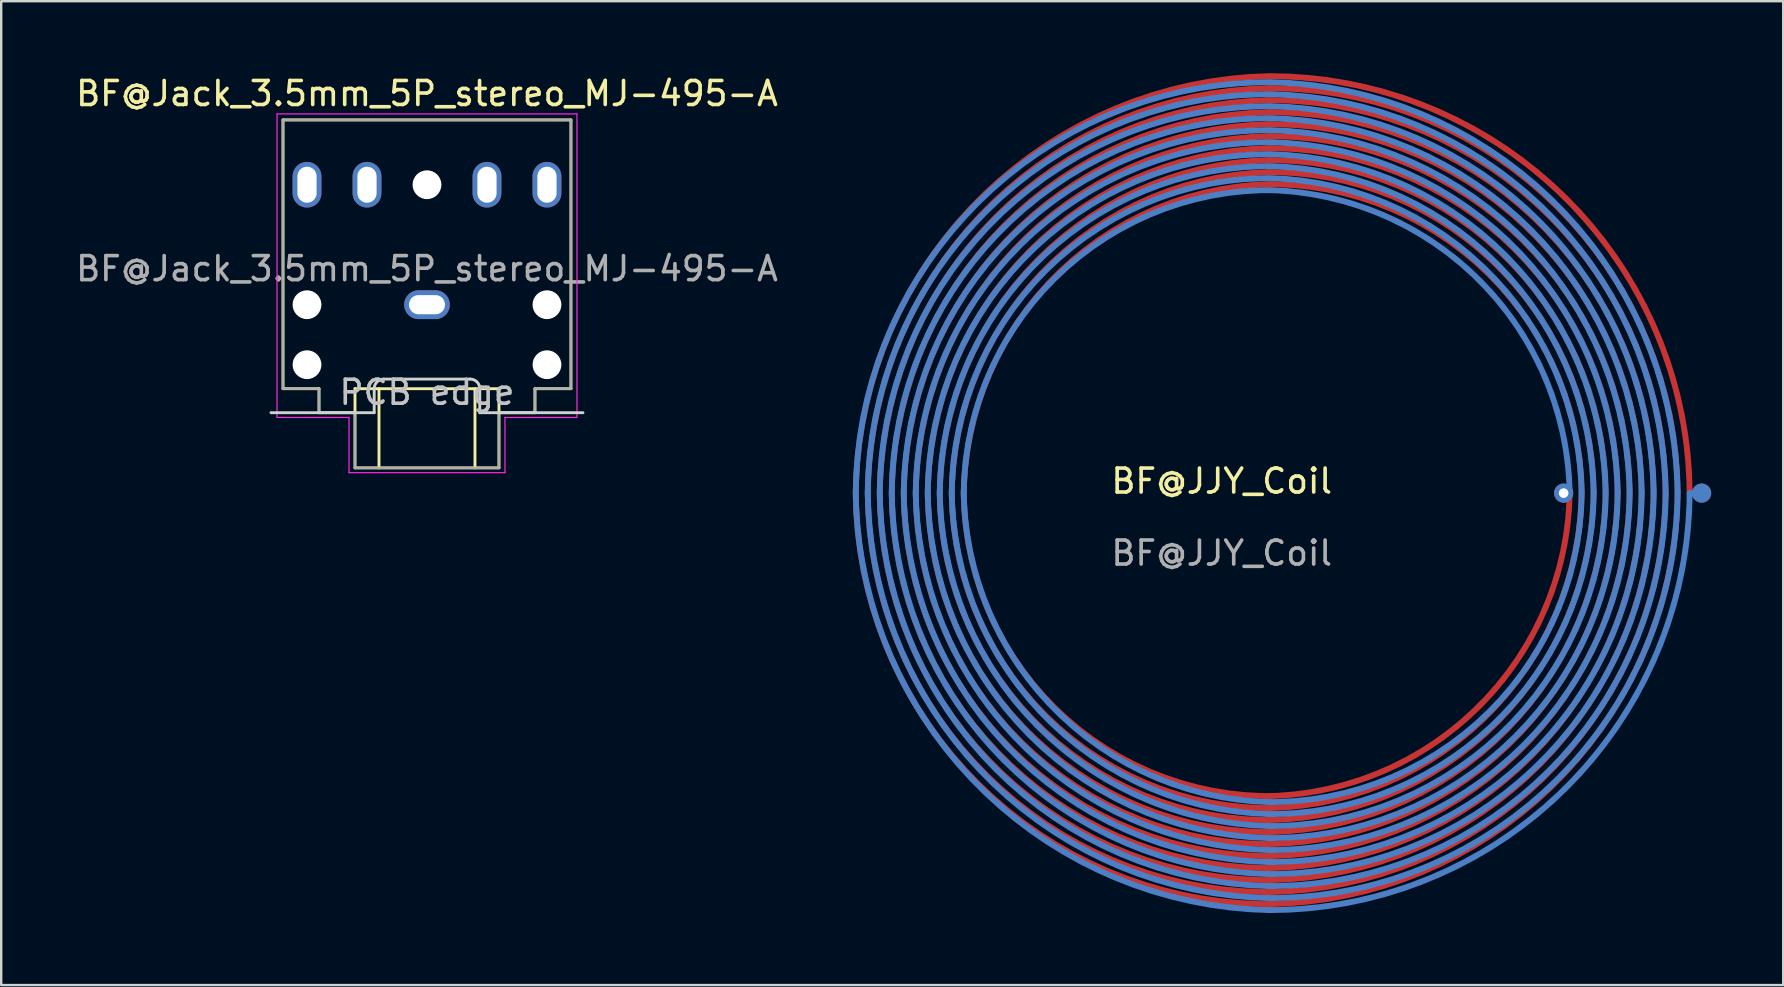
<source format=kicad_pcb>
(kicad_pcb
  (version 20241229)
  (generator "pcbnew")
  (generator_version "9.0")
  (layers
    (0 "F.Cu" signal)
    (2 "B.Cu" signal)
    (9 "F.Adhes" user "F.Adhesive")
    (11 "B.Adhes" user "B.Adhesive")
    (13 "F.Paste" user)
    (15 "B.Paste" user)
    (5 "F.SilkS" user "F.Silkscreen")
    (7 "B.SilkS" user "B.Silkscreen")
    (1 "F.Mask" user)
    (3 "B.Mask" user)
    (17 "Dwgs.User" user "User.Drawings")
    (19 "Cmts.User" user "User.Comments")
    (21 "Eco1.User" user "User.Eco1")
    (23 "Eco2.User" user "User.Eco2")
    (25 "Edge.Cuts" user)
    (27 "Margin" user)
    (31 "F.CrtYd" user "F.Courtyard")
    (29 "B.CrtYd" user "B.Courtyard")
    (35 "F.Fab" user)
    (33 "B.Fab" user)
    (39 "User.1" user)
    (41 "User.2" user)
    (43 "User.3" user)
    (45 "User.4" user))
  (footprint "BF@Jack_3.5mm_5P_stereo_MJ-495-A"
    (layer "F.Cu")
    (at 14.744 9.648)
    (property "Reference" "BF@Jack_3.5mm_5P_stereo_MJ-495-A" (at 0 -8.8 0) (layer "F.SilkS") (effects (font (size 1 1) (thickness 0.15))))
    (attr through_hole exclude_from_pos_files)
    (fp_line (start -6 -7.7) (end 6 -7.7) (stroke (width 0.12) (type solid)) (layer "F.SilkS"))
    (fp_line (start -6 3.5) (end -6 -7.7) (stroke (width 0.12) (type solid)) (layer "F.SilkS"))
    (fp_line (start -4.5 3.5) (end -6 3.5) (stroke (width 0.12) (type solid)) (layer "F.SilkS"))
    (fp_line (start -4.5 4.5) (end -4.5 3.5) (stroke (width 0.12) (type solid)) (layer "F.SilkS"))
    (fp_line (start -3 4.5) (end -4.5 4.5) (stroke (width 0.12) (type solid)) (layer "F.SilkS"))
    (fp_line (start -3 6.8) (end -3 3.5) (stroke (width 0.12) (type solid)) (layer "F.SilkS"))
    (fp_line (start -2 3.5) (end -2 6.8) (stroke (width 0.12) (type solid)) (layer "F.SilkS"))
    (fp_line (start 2 6.8) (end 2 3.5) (stroke (width 0.12) (type solid)) (layer "F.SilkS"))
    (fp_line (start 3 3.5) (end -3 3.5) (stroke (width 0.12) (type solid)) (layer "F.SilkS"))
    (fp_line (start 3 3.5) (end 3 6.8) (stroke (width 0.12) (type solid)) (layer "F.SilkS"))
    (fp_line (start 3 6.8) (end -3 6.8) (stroke (width 0.12) (type solid)) (layer "F.SilkS"))
    (fp_line (start 4.5 3.5) (end 4.5 4.5) (stroke (width 0.12) (type solid)) (layer "F.SilkS"))
    (fp_line (start 4.5 4.5) (end 3 4.5) (stroke (width 0.12) (type solid)) (layer "F.SilkS"))
    (fp_line (start 6 -7.7) (end 6 3.5) (stroke (width 0.12) (type solid)) (layer "F.SilkS"))
    (fp_line (start 6 3.5) (end 4.5 3.5) (stroke (width 0.12) (type solid)) (layer "F.SilkS"))
    (fp_line (start -2.2 3.5) (end -2.2 4.5) (stroke (width 0.12) (type solid)) (layer "Edge.Cuts"))
    (fp_line (start -2.2 4.5) (end -6.5 4.5) (stroke (width 0.12) (type solid)) (layer "Edge.Cuts"))
    (fp_line (start 1.8 3.1) (end -1.8 3.1) (stroke (width 0.12) (type solid)) (layer "Edge.Cuts"))
    (fp_line (start 2.2 3.5) (end 2.2 4.5) (stroke (width 0.12) (type solid)) (layer "Edge.Cuts"))
    (fp_line (start 2.2 4.5) (end 6.5 4.5) (stroke (width 0.12) (type solid)) (layer "Edge.Cuts"))
    (fp_arc (start -2.2 3.5) (mid -2.082842 3.217158) (end -1.8 3.1) (stroke (width 0.12) (type solid)) (layer "Edge.Cuts"))
    (fp_arc (start 1.8 3.1) (mid 2.082843 3.217157) (end 2.2 3.5) (stroke (width 0.12) (type solid)) (layer "Edge.Cuts"))
    (fp_line (start -6.25 -7.95) (end -6.25 4.7) (stroke (width 0.05) (type solid)) (layer "F.CrtYd"))
    (fp_line (start -6.25 4.7) (end -3.25 4.7) (stroke (width 0.05) (type solid)) (layer "F.CrtYd"))
    (fp_line (start -3.25 4.7) (end -3.25 7) (stroke (width 0.05) (type solid)) (layer "F.CrtYd"))
    (fp_line (start -3.25 7) (end 3.25 7) (stroke (width 0.05) (type solid)) (layer "F.CrtYd"))
    (fp_line (start 3.25 4.7) (end 6.25 4.7) (stroke (width 0.05) (type solid)) (layer "F.CrtYd"))
    (fp_line (start 3.25 7) (end 3.25 4.7) (stroke (width 0.05) (type solid)) (layer "F.CrtYd"))
    (fp_line (start 6.25 -7.95) (end -6.25 -7.95) (stroke (width 0.05) (type solid)) (layer "F.CrtYd"))
    (fp_line (start 6.25 4.7) (end 6.25 -7.95) (stroke (width 0.05) (type solid)) (layer "F.CrtYd"))
    (fp_line (start -6 -7.7) (end 6 -7.7) (stroke (width 0.1) (type solid)) (layer "F.Fab"))
    (fp_line (start -6 3.5) (end -6 -7.7) (stroke (width 0.1) (type solid)) (layer "F.Fab"))
    (fp_line (start -4.5 3.5) (end -6 3.5) (stroke (width 0.1) (type solid)) (layer "F.Fab"))
    (fp_line (start -4.5 4.5) (end -4.5 3.5) (stroke (width 0.1) (type solid)) (layer "F.Fab"))
    (fp_line (start -4.5 4.5) (end -3 4.5) (stroke (width 0.1) (type solid)) (layer "F.Fab"))
    (fp_line (start -3 4.5) (end -3 6.8) (stroke (width 0.1) (type solid)) (layer "F.Fab"))
    (fp_line (start -3 6.8) (end 3 6.8) (stroke (width 0.1) (type solid)) (layer "F.Fab"))
    (fp_line (start 3 4.5) (end 3 6.8) (stroke (width 0.1) (type solid)) (layer "F.Fab"))
    (fp_line (start 4.5 3.5) (end 6 3.5) (stroke (width 0.1) (type solid)) (layer "F.Fab"))
    (fp_line (start 4.5 4.5) (end 3 4.5) (stroke (width 0.1) (type solid)) (layer "F.Fab"))
    (fp_line (start 4.5 4.5) (end 4.5 3.5) (stroke (width 0.1) (type solid)) (layer "F.Fab"))
    (fp_line (start 6 3.5) (end 6 -7.7) (stroke (width 0.1) (type solid)) (layer "F.Fab"))
    (fp_text user "PCB edge" (at 0 3.65 0) (unlocked yes) (layer "Dwgs.User") (effects (font (size 1 1) (thickness 0.15))))
    (fp_text user "${REFERENCE}" (at 0 -1.5 0) (layer "F.Fab") (effects (font (size 1 1) (thickness 0.15))))
    (pad "" np_thru_hole circle (at -5 0) (size 1.2 1.2) (drill 1.2) (layers "*.Cu"))
    (pad "" np_thru_hole circle (at -5 2.5) (size 1.2 1.2) (drill 1.2) (layers "*.Cu"))
    (pad "" np_thru_hole circle (at 0 -5) (size 1.2 1.2) (drill 1.2) (layers "*.Cu"))
    (pad "" np_thru_hole circle (at 5 0) (size 1.2 1.2) (drill 1.2) (layers "*.Cu"))
    (pad "" np_thru_hole circle (at 5 2.5) (size 1.2 1.2) (drill 1.2) (layers "*.Cu"))
    (pad "G" thru_hole oval (at 0 0) (size 1.9 1.2) (drill oval 1.5 0.8) (layers "*.Cu" "*.Mask"))
    (pad "S" thru_hole oval (at -5 -5) (size 1.2 1.9) (drill oval 0.8 1.5) (layers "*.Cu" "*.Mask"))
    (pad "SN" thru_hole oval (at -2.5 -5) (size 1.2 1.9) (drill oval 0.8 1.5) (layers "*.Cu" "*.Mask"))
    (pad "T" thru_hole oval (at 5 -5 180) (size 1.2 1.9) (drill oval 0.8 1.5) (layers "*.Cu" "*.Mask"))
    (pad "TN" thru_hole oval (at 2.5 -5 180) (size 1.2 1.9) (drill oval 0.8 1.5) (layers "*.Cu" "*.Mask")))
  (footprint "BF@JJY_Coil"
    (layer "F.Cu")
    (at 47.863 17.5)
    (property "Reference" "BF@JJY_Coil" (at 0 -0.5 0) (unlocked yes) (layer "F.SilkS") (effects (font (size 1 1) (thickness 0.15))))
    (attr through_hole)
    (fp_text user "${REFERENCE}" (at 0 2.5 0) (unlocked yes) (layer "F.Fab") (effects (font (size 1 1) (thickness 0.15))))
    (pad "" thru_hole circle (at 14.25 0) (size 0.8 0.8) (drill 0.4) (layers "*.Cu"))
    (pad "1" smd custom (at 20 0) (size 0.8 0.8) (layers "F.Cu") (options (anchor circle)) (primitives (gr_arc (start -18 -17.375) (mid -5.679292 -12.302797) (end -0.500212 -0.026633) (width 0.25)) (gr_arc (start -35.25 0) (mid -30.149969 -12.172074) (end -18.021336 -17.374569) (width 0.25)) (gr_arc (start -18 17.125) (mid -30.144711 12.125243) (end -35.249805 0.024433) (width 0.25)) (gr_arc (start -1 0) (mid -6.029782 11.998299) (end -17.987101 17.124739) (width 0.25)) (gr_arc (start -18 -16.875) (mid -6.031286 -11.947689) (end -1.000179 -0.022233) (width 0.25)) (gr_arc (start -34.75 0) (mid -29.790462 -11.824526) (end -18.004451 -16.87491) (width 0.25)) (gr_arc (start -18 16.625) (mid -29.792717 11.770137) (end -34.749837 0.020039) (width 0.25)) (gr_arc (start -1.5 0) (mid -6.378944 11.640317) (end -17.974607 16.624461) (width 0.25)) (gr_arc (start -18 -16.375) (mid -6.383279 -11.592583) (end -1.500146 -0.017838) (width 0.25)) (gr_arc (start -34.25 0) (mid -29.441147 -11.466703) (end -18.016506 -16.374649) (width 0.25)) (gr_arc (start -18 16.125) (mid -29.440725 11.415028) (end -34.249871 0.015636) (width 0.25)) (gr_arc (start -2 0) (mid -6.738769 11.293092) (end -17.992394 16.124837) (width 0.25)) (gr_arc (start -18 -15.875) (mid -6.735271 -11.237475) (end -2.000111 -0.013437) (width 0.25)) (gr_arc (start -33.75 0) (mid -29.091204 -11.109507) (end -18.026788 -15.874403) (width 0.25)) (gr_arc (start -18 15.625) (mid -29.088733 11.059921) (end -33.749906 0.011237) (width 0.25)) (gr_arc (start -2.5 0) (mid -7.088868 10.936057) (end -17.98256 15.624611) (width 0.25)) (gr_arc (start -18 -15.375) (mid -7.087262 -10.882365) (end -2.500076 -0.009034) (width 0.25)) (gr_arc (start -33.25 0) (mid -28.731061 -10.762607) (end -18.008093 -15.374819) (width 0.25)) (gr_arc (start -18 15.125) (mid -28.736743 10.70481) (end -33.249942 0.00683) (width 0.25)) (gr_arc (start -3 0) (mid -7.43959 10.579647) (end -17.974489 15.124404) (width 0.25)) (gr_arc (start -18 -14.875) (mid -7.439253 -10.527257) (end -3.00004 -0.004632) (width 0.25)) (gr_arc (start -32.75 0) (mid -28.380178 -10.40636) (end -18.015709 -14.874632) (width 0.25)) (gr_arc (start -18 14.625) (mid -28.384753 10.349701) (end -32.74998 0.002426) (width 0.25)) (gr_arc (start -3.5 0) (mid -7.800053 10.233074) (end -17.994094 14.624862) (width 0.25)) (gr_arc (start -18 -14.375) (mid -7.791241 -10.172144) (end -3.500002 -0.00022) (width 0.25)) (gr_arc (start -32.25 0) (mid -28.028673 -10.050741) (end -18.021558 -14.374473) (width 0.25)) (gr_arc (start -18 14.125) (mid -28.023929 10.003342) (end -32.24978 0.022892) (width 0.25)) (gr_arc (start -4 0) (mid -8.15172 9.877619) (end -17.988703 14.124724) (width 0.25)) (gr_arc (start -18 -13.875) (mid -8.15191 -9.825632) (end -4.000196 -0.020248) (width 0.25)) (gr_arc (start -31.75 0) (mid -27.667886 -9.704497) (end -18.001034 -13.874975) (width 0.25)) (gr_arc (start -18 13.625) (mid -27.672253 9.64792) (end -31.749827 0.017602) (width 0.25)) (gr_arc (start -4.5 0) (mid -8.504011 9.522794) (end -17.985083 13.624619) (width 0.25)) (gr_arc (start -18 -13.375) (mid -8.503587 -9.470212) (end -4.500148 -0.014964) (width 0.25)) (gr_arc (start -31.25 0) (mid -27.315433 -9.349836) (end -18.004193 -13.374892) (width 0.25)) (gr_arc (start -18 13.125) (mid -27.320577 9.2925) (end -31.249878 0.012316) (width 0.25)) (gr_arc (start -5 0) (mid -8.856929 9.168603) (end -17.983244 13.124554) (width 0.25)) (gr_arc (start -18 -12.875) (mid -8.85526 -9.114787) (end -5.000097 -0.009667) (width 0.25)) (gr_arc (start -30.75 0) (mid -26.962354 -8.99581) (end -18.005575 -12.874852) (width 0.25)) (gr_arc (start -18 12.625) (mid -26.968904 8.937074) (end -30.749928 0.007019) (width 0.25)) (gr_arc (start -5.5 0) (mid -9.210481 8.81505) (end -17.983199 12.624535) (width 0.25)) (gr_line (start 0 0) (end -0.5 0) (width 0.25)) (gr_line (start -5.5 0) (end -5.75 0) (width 0.25))))
    (pad "2" smd custom (at 20 0) (size 0.8 0.8) (layers "B.Cu") (options (anchor circle)) (primitives (gr_arc (start -0.5 0) (mid -5.660392 12.284032) (end -17.973366 17.374979) (width 0.25)) (gr_arc (start -18 17.375) (mid -30.134934 12.187218) (end -35.249724 0.021339) (width 0.25)) (gr_arc (start -35.25 0) (mid -30.162051 -12.108028) (end -18.024433 -17.124982) (width 0.25)) (gr_arc (start -18 -17.125) (mid -6.038872 -12.007455) (end -1.000167 -0.012901) (width 0.25)) (gr_arc (start -1 0) (mid -6.015506 11.932025) (end -17.977766 16.874985) (width 0.25)) (gr_arc (start -18 16.875) (mid -29.787326 11.827685) (end -34.749943 0.004451) (width 0.25)) (gr_arc (start -34.75 0) (mid -29.80694 -11.756021) (end -18.020039 -16.624988) (width 0.25)) (gr_arc (start -18 -16.625) (mid -6.396836 -11.658344) (end -1.500347 -0.025396) (width 0.25)) (gr_arc (start -1.5 0) (mid -6.370617 11.580018) (end -17.982161 16.374991) (width 0.25)) (gr_arc (start -18 16.375) (mid -29.429517 11.478422) (end -34.249774 0.016508) (width 0.25)) (gr_arc (start -34.25 0) (mid -29.451825 -11.404014) (end -18.015637 -16.124992) (width 0.25)) (gr_arc (start -18 -16.125) (mid -6.744127 -11.298493) (end -2.000103 -0.007607) (width 0.25)) (gr_arc (start -2 0) (mid -6.725732 11.22801) (end -17.986563 15.874994) (width 0.25)) (gr_arc (start -18 15.875) (mid -29.072332 11.128528) (end -33.749615 0.026792) (width 0.25)) (gr_arc (start -33.75 0) (mid -29.096711 -11.052006) (end -18.011238 -15.624996) (width 0.25)) (gr_arc (start -18 -15.625) (mid -7.101154 -10.948441) (end -2.50025 -0.017443) (width 0.25)) (gr_arc (start -2.5 0) (mid -7.080848 10.876003) (end -17.990966 15.374997) (width 0.25)) (gr_arc (start -18 15.375) (mid -28.725359 10.768354) (end -33.249884 0.008094) (width 0.25)) (gr_arc (start -33.25 0) (mid -28.741593 -10.7) (end -18.006831 -15.124999) (width 0.25)) (gr_arc (start -18 -15.125) (mid -7.457559 -10.597766) (end -3.000384 -0.025515) (width 0.25)) (gr_arc (start -3 0) (mid -7.435964 10.523996) (end -17.995368 14.875) (width 0.25)) (gr_arc (start -18 14.875) (mid -28.369114 10.417518) (end -32.749765 0.015712) (width 0.25)) (gr_arc (start -32.75 0) (mid -28.386476 -10.347992) (end -18.002427 -14.624999) (width 0.25)) (gr_arc (start -18 -14.625) (mid -7.804213 -10.237269) (end -3.500089 -0.005907) (width 0.25)) (gr_arc (start -3.5 0) (mid -7.791085 10.171989) (end -17.99978 14.375) (width 0.25)) (gr_arc (start -18 14.375) (mid -28.013492 10.066057) (end -32.249662 0.021562) (width 0.25)) (gr_arc (start -32.25 0) (mid -28.040187 -9.987226) (end -18.022893 -14.124981) (width 0.25)) (gr_arc (start -18 -14.125) (mid -8.159675 -9.885644) (end -4.000177 -0.011299) (width 0.25)) (gr_arc (start -4 0) (mid -8.137528 9.811378) (end -17.979751 13.874984) (width 0.25)) (gr_arc (start -18 13.875) (mid -27.667158 9.705231) (end -31.749984 0.001034) (width 0.25)) (gr_arc (start -31.75 0) (mid -27.684757 -9.63553) (end -18.017603 -13.624988) (width 0.25)) (gr_arc (start -18 -13.625) (mid -8.514513 -9.533394) (end -4.500244 -0.01492) (width 0.25)) (gr_arc (start -4.5 0) (mid -8.492956 9.45968) (end -17.985036 13.374991) (width 0.25)) (gr_arc (start -18 13.375) (mid -27.312481 9.352816) (end -31.249932 0.004193) (width 0.25)) (gr_arc (start -31.25 0) (mid -27.329327 -9.283832) (end -18.012316 -13.124993) (width 0.25)) (gr_arc (start -18 -13.125) (mid -8.868724 -9.180512) (end -5.000285 -0.016759) (width 0.25)) (gr_arc (start -5 0) (mid -8.848391 9.107984) (end -17.990332 12.874996) (width 0.25)) (gr_arc (start -18 12.875) (mid -26.958429 8.999772) (end -30.749905 0.005577) (width 0.25)) (gr_arc (start -30.75 0) (mid -26.973892 -8.932135) (end -18.00702 -12.624998) (width 0.25)) (gr_arc (start -18 -12.625) (mid -9.222306 -8.826993) (end -5.500298 -0.016805) (width 0.25)) (gr_line (start -0.5 0) (end 0 0) (width 0.25)) (gr_line (start -5.75 0) (end -5.5 0) (width 0.25)))))
  (gr_rect
    (start -3 -3)
    (end 71.263 38)
    (stroke (width 0.1) (type default))
    (fill no)
    (layer "Edge.Cuts")))
</source>
